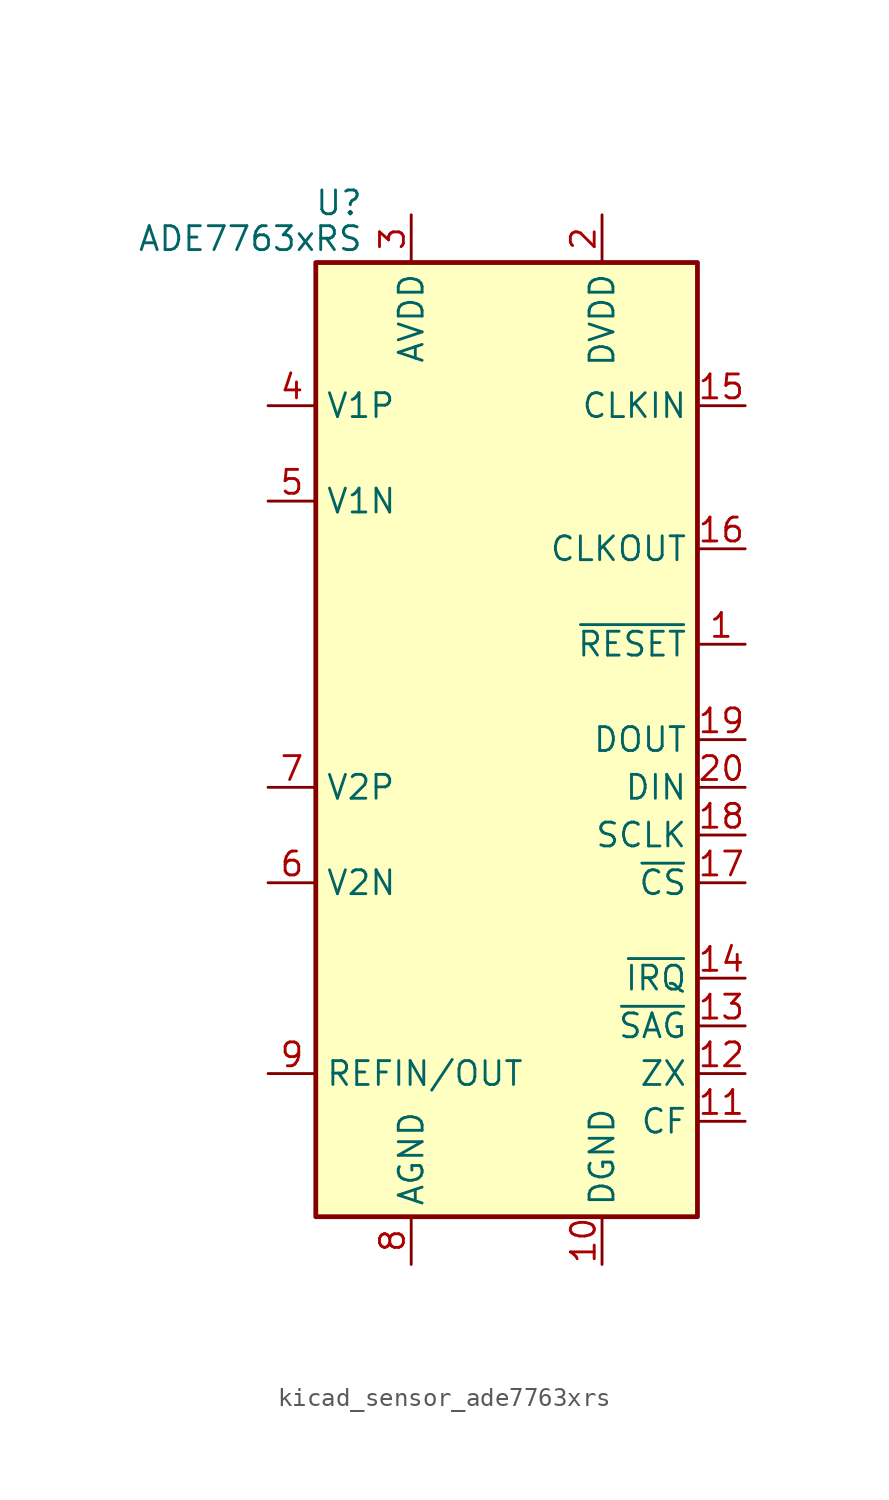
<source format=kicad_sym>
(kicad_symbol_lib
  (version 20220914)
  (generator kicad_symbol_editor)
  (symbol "kicad_sensor_ade7763xrs"
    (property "Reference" "U"
      (at -7.62 28.575 0)
      (effects (font (size 1.27 1.27)) (justify right)))
    (property "Value" "ADE7763xRS"
      (at -7.62 26.67 0)
      (effects (font (size 1.27 1.27)) (justify right)))
    (symbol "kicad_sensor_ade7763xrs_0_1"
      (rectangle (start 10.16 -25.4) (end -10.16 25.4) (stroke (width 0.254) (type default)) (fill (type background))))
    (symbol "kicad_sensor_ade7763xrs_1_1"
      (pin input line (at 12.7 5.08 180) (length 2.54) (name "~{RESET}" (effects (font (size 1.27 1.27)))) (number "1" (effects (font (size 1.27 1.27)))))
      (pin power_in line (at 5.08 -27.94 90) (length 2.54) (name "DGND" (effects (font (size 1.27 1.27)))) (number "10" (effects (font (size 1.27 1.27)))))
      (pin output line (at 12.7 -20.32 180) (length 2.54) (name "CF" (effects (font (size 1.27 1.27)))) (number "11" (effects (font (size 1.27 1.27)))))
      (pin output line (at 12.7 -17.78 180) (length 2.54) (name "ZX" (effects (font (size 1.27 1.27)))) (number "12" (effects (font (size 1.27 1.27)))))
      (pin open_collector line (at 12.7 -15.24 180) (length 2.54) (name "~{SAG}" (effects (font (size 1.27 1.27)))) (number "13" (effects (font (size 1.27 1.27)))))
      (pin open_collector line (at 12.7 -12.7 180) (length 2.54) (name "~{IRQ}" (effects (font (size 1.27 1.27)))) (number "14" (effects (font (size 1.27 1.27)))))
      (pin input line (at 12.7 17.78 180) (length 2.54) (name "CLKIN" (effects (font (size 1.27 1.27)))) (number "15" (effects (font (size 1.27 1.27)))))
      (pin output line (at 12.7 10.16 180) (length 2.54) (name "CLKOUT" (effects (font (size 1.27 1.27)))) (number "16" (effects (font (size 1.27 1.27)))))
      (pin input line (at 12.7 -7.62 180) (length 2.54) (name "~{CS}" (effects (font (size 1.27 1.27)))) (number "17" (effects (font (size 1.27 1.27)))))
      (pin input line (at 12.7 -5.08 180) (length 2.54) (name "SCLK" (effects (font (size 1.27 1.27)))) (number "18" (effects (font (size 1.27 1.27)))))
      (pin output line (at 12.7 0 180) (length 2.54) (name "DOUT" (effects (font (size 1.27 1.27)))) (number "19" (effects (font (size 1.27 1.27)))))
      (pin power_in line (at 5.08 27.94 270) (length 2.54) (name "DVDD" (effects (font (size 1.27 1.27)))) (number "2" (effects (font (size 1.27 1.27)))))
      (pin input line (at 12.7 -2.54 180) (length 2.54) (name "DIN" (effects (font (size 1.27 1.27)))) (number "20" (effects (font (size 1.27 1.27)))))
      (pin power_in line (at -5.08 27.94 270) (length 2.54) (name "AVDD" (effects (font (size 1.27 1.27)))) (number "3" (effects (font (size 1.27 1.27)))))
      (pin input line (at -12.7 17.78 0) (length 2.54) (name "V1P" (effects (font (size 1.27 1.27)))) (number "4" (effects (font (size 1.27 1.27)))))
      (pin input line (at -12.7 12.7 0) (length 2.54) (name "V1N" (effects (font (size 1.27 1.27)))) (number "5" (effects (font (size 1.27 1.27)))))
      (pin input line (at -12.7 -7.62 0) (length 2.54) (name "V2N" (effects (font (size 1.27 1.27)))) (number "6" (effects (font (size 1.27 1.27)))))
      (pin input line (at -12.7 -2.54 0) (length 2.54) (name "V2P" (effects (font (size 1.27 1.27)))) (number "7" (effects (font (size 1.27 1.27)))))
      (pin power_in line (at -5.08 -27.94 90) (length 2.54) (name "AGND" (effects (font (size 1.27 1.27)))) (number "8" (effects (font (size 1.27 1.27)))))
      (pin input line (at -12.7 -17.78 0) (length 2.54) (name "REFIN/OUT" (effects (font (size 1.27 1.27)))) (number "9" (effects (font (size 1.27 1.27))))))))
</source>
